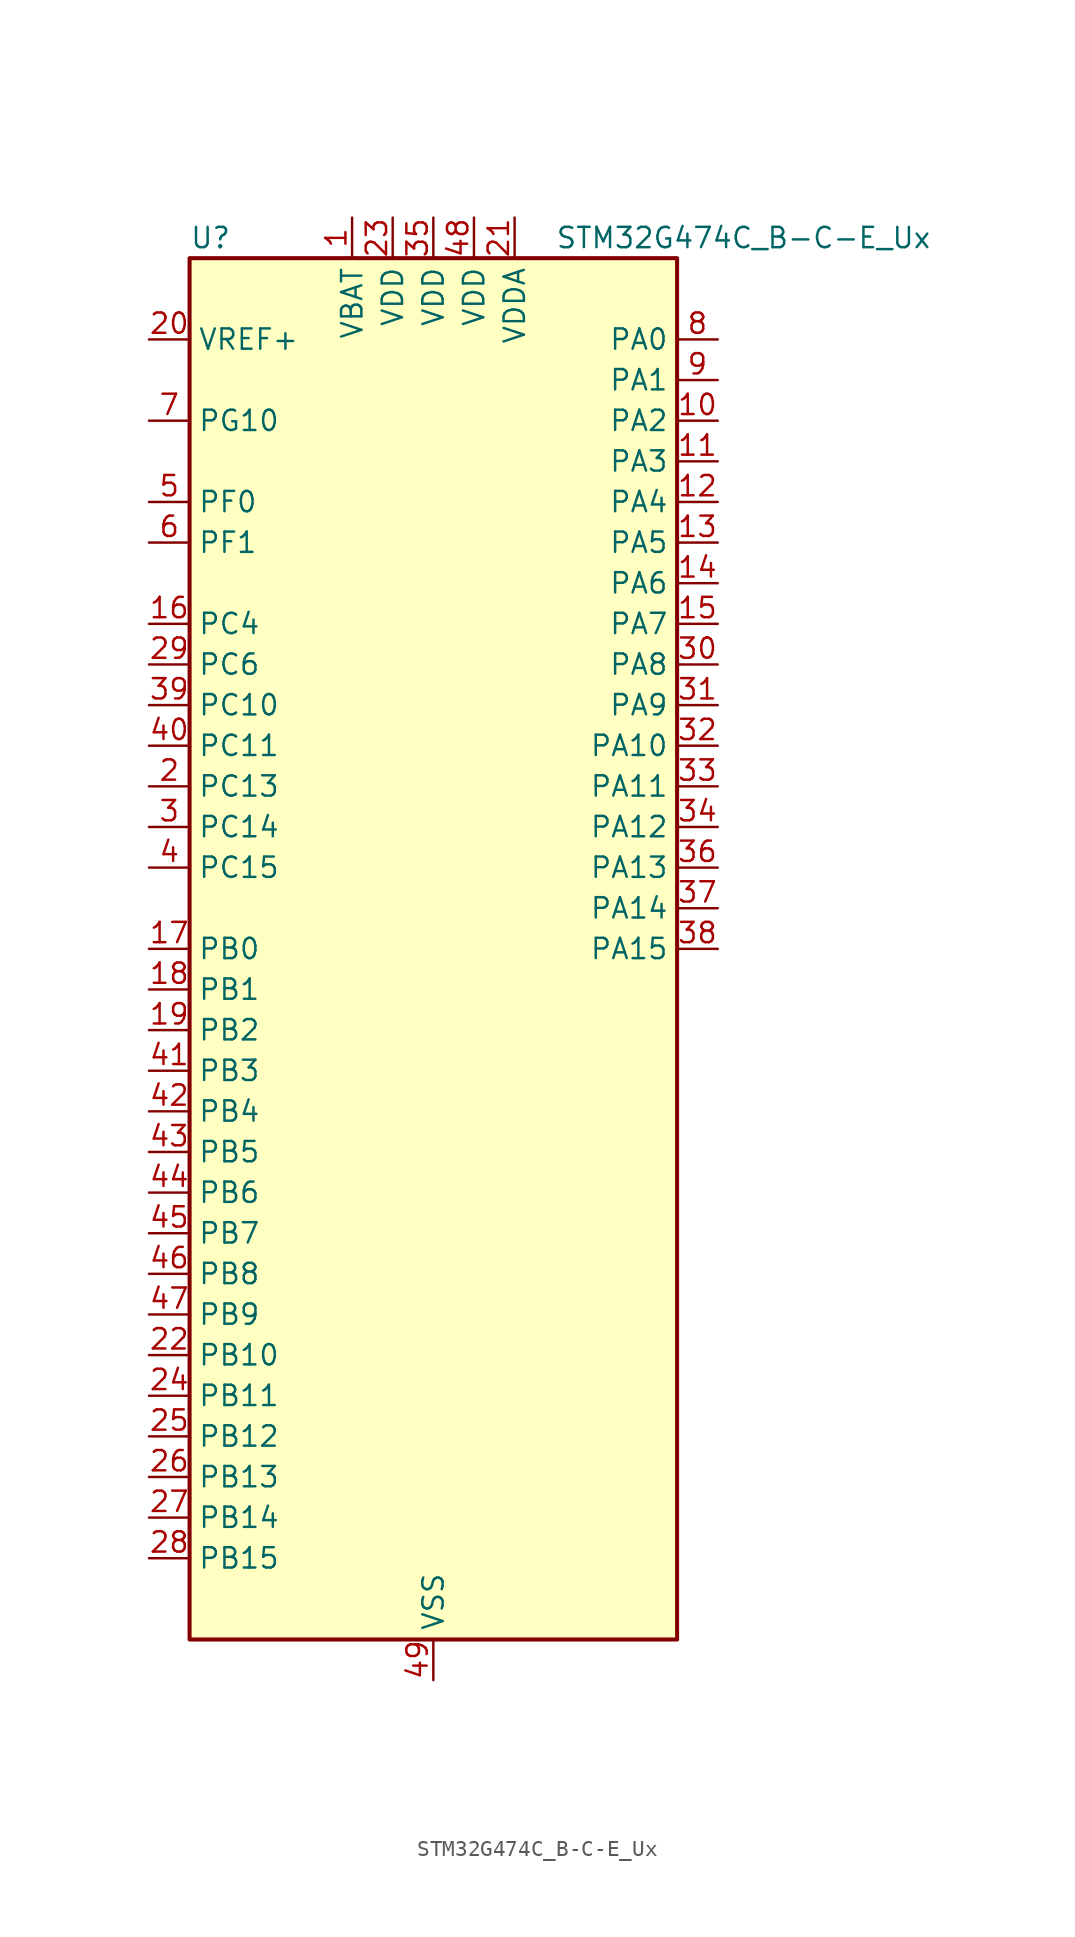
<source format=kicad_sym>
(kicad_symbol_lib
  (version 20241209)
  (generator "kicad_symbol_editor")
  (generator_version "9.0")
  (symbol "STM32G474C_B-C-E_Ux"
    (property "Reference" "U"
      (at -15.24 44.45 0)
      (effects (font (size 1.27 1.27)) (justify left)))
    (property "Value" "STM32G474C_B-C-E_Ux"
      (at 7.62 44.45 0)
      (effects (font (size 1.27 1.27)) (justify left)))
    (symbol "STM32G474C_B-C-E_Ux_0_1"
      (rectangle (start -15.24 -43.18) (end 15.24 43.18) (stroke (width 0.254) (type default)) (fill (type background))))
    (symbol "STM32G474C_B-C-E_Ux_1_1"
      (pin input line (at -17.78 38.1 0) (length 2.54) (name "VREF+" (effects (font (size 1.27 1.27)))) (number "20" (effects (font (size 1.27 1.27)))) (alternate "VREFBUF_OUT" bidirectional line))
      (pin bidirectional line (at -17.78 33.02 0) (length 2.54) (name "PG10" (effects (font (size 1.27 1.27)))) (number "7" (effects (font (size 1.27 1.27)))) (alternate "DAC1_EXTI10" bidirectional line) (alternate "DAC2_EXTI10" bidirectional line) (alternate "DAC3_EXTI10" bidirectional line) (alternate "DAC4_EXTI10" bidirectional line) (alternate "RCC_MCO" bidirectional line))
      (pin bidirectional line (at -17.78 27.94 0) (length 2.54) (name "PF0" (effects (font (size 1.27 1.27)))) (number "5" (effects (font (size 1.27 1.27)))) (alternate "ADC1_IN10" bidirectional line) (alternate "I2C2_SDA" bidirectional line) (alternate "I2S2_WS" bidirectional line) (alternate "RCC_OSC_IN" bidirectional line) (alternate "SPI2_NSS" bidirectional line) (alternate "TIM1_CH3N" bidirectional line))
      (pin bidirectional line (at -17.78 25.4 0) (length 2.54) (name "PF1" (effects (font (size 1.27 1.27)))) (number "6" (effects (font (size 1.27 1.27)))) (alternate "ADC2_IN10" bidirectional line) (alternate "COMP3_INM" bidirectional line) (alternate "I2S2_CK" bidirectional line) (alternate "RCC_OSC_OUT" bidirectional line) (alternate "SPI2_SCK" bidirectional line))
      (pin bidirectional line (at -17.78 20.32 0) (length 2.54) (name "PC4" (effects (font (size 1.27 1.27)))) (number "16" (effects (font (size 1.27 1.27)))) (alternate "ADC2_IN5" bidirectional line) (alternate "I2C2_SCL" bidirectional line) (alternate "QUADSPI1_BK2_IO3" bidirectional line) (alternate "TIM1_ETR" bidirectional line) (alternate "USART1_TX" bidirectional line))
      (pin bidirectional line (at -17.78 17.78 0) (length 2.54) (name "PC6" (effects (font (size 1.27 1.27)))) (number "29" (effects (font (size 1.27 1.27)))) (alternate "COMP6_OUT" bidirectional line) (alternate "HRTIM1_CHF1" bidirectional line) (alternate "HRTIM1_EEV10" bidirectional line) (alternate "I2C4_SCL" bidirectional line) (alternate "I2S2_MCK" bidirectional line) (alternate "TIM3_CH1" bidirectional line) (alternate "TIM8_CH1" bidirectional line))
      (pin bidirectional line (at -17.78 15.24 0) (length 2.54) (name "PC10" (effects (font (size 1.27 1.27)))) (number "39" (effects (font (size 1.27 1.27)))) (alternate "DAC1_EXTI10" bidirectional line) (alternate "DAC2_EXTI10" bidirectional line) (alternate "DAC3_EXTI10" bidirectional line) (alternate "DAC4_EXTI10" bidirectional line) (alternate "HRTIM1_FLT6" bidirectional line) (alternate "I2S3_CK" bidirectional line) (alternate "SPI3_SCK" bidirectional line) (alternate "TIM8_CH1N" bidirectional line) (alternate "UART4_TX" bidirectional line) (alternate "USART3_TX" bidirectional line))
      (pin bidirectional line (at -17.78 12.7 0) (length 2.54) (name "PC11" (effects (font (size 1.27 1.27)))) (number "40" (effects (font (size 1.27 1.27)))) (alternate "ADC1_EXTI11" bidirectional line) (alternate "ADC2_EXTI11" bidirectional line) (alternate "HRTIM1_EEV2" bidirectional line) (alternate "I2C3_SDA" bidirectional line) (alternate "SPI3_MISO" bidirectional line) (alternate "TIM8_CH2N" bidirectional line) (alternate "UART4_RX" bidirectional line) (alternate "USART3_RX" bidirectional line))
      (pin bidirectional line (at -17.78 10.16 0) (length 2.54) (name "PC13" (effects (font (size 1.27 1.27)))) (number "2" (effects (font (size 1.27 1.27)))) (alternate "RTC_OUT1" bidirectional line) (alternate "RTC_TAMP1" bidirectional line) (alternate "RTC_TS" bidirectional line) (alternate "SYS_WKUP2" bidirectional line) (alternate "TIM1_BKIN" bidirectional line) (alternate "TIM1_CH1N" bidirectional line) (alternate "TIM8_CH4N" bidirectional line))
      (pin bidirectional line (at -17.78 7.62 0) (length 2.54) (name "PC14" (effects (font (size 1.27 1.27)))) (number "3" (effects (font (size 1.27 1.27)))) (alternate "RCC_OSC32_IN" bidirectional line))
      (pin bidirectional line (at -17.78 5.08 0) (length 2.54) (name "PC15" (effects (font (size 1.27 1.27)))) (number "4" (effects (font (size 1.27 1.27)))) (alternate "ADC1_EXTI15" bidirectional line) (alternate "ADC2_EXTI15" bidirectional line) (alternate "RCC_OSC32_OUT" bidirectional line))
      (pin bidirectional line (at -17.78 0 0) (length 2.54) (name "PB0" (effects (font (size 1.27 1.27)))) (number "17" (effects (font (size 1.27 1.27)))) (alternate "ADC1_IN15" bidirectional line) (alternate "ADC3_IN12" bidirectional line) (alternate "COMP4_INP" bidirectional line) (alternate "HRTIM1_FLT5" bidirectional line) (alternate "OPAMP2_VINP" bidirectional line) (alternate "OPAMP2_VINP_SEC" bidirectional line) (alternate "OPAMP3_VINP" bidirectional line) (alternate "OPAMP3_VINP_SEC" bidirectional line) (alternate "QUADSPI1_BK1_IO1" bidirectional line) (alternate "TIM1_CH2N" bidirectional line) (alternate "TIM3_CH3" bidirectional line) (alternate "TIM8_CH2N" bidirectional line) (alternate "UCPD1_FRSTX1" bidirectional line) (alternate "UCPD1_FRSTX2" bidirectional line))
      (pin bidirectional line (at -17.78 -2.54 0) (length 2.54) (name "PB1" (effects (font (size 1.27 1.27)))) (number "18" (effects (font (size 1.27 1.27)))) (alternate "ADC1_IN12" bidirectional line) (alternate "ADC3_IN1" bidirectional line) (alternate "COMP1_INP" bidirectional line) (alternate "COMP4_OUT" bidirectional line) (alternate "HRTIM1_SCOUT" bidirectional line) (alternate "LPUART1_DE" bidirectional line) (alternate "LPUART1_RTS" bidirectional line) (alternate "OPAMP3_VOUT" bidirectional line) (alternate "OPAMP6_VINM" bidirectional line) (alternate "OPAMP6_VINM1" bidirectional line) (alternate "OPAMP6_VINM_SEC" bidirectional line) (alternate "QUADSPI1_BK1_IO0" bidirectional line) (alternate "TIM1_CH3N" bidirectional line) (alternate "TIM3_CH4" bidirectional line) (alternate "TIM8_CH3N" bidirectional line))
      (pin bidirectional line (at -17.78 -5.08 0) (length 2.54) (name "PB2" (effects (font (size 1.27 1.27)))) (number "19" (effects (font (size 1.27 1.27)))) (alternate "ADC2_IN12" bidirectional line) (alternate "ADC3_EXTI2" bidirectional line) (alternate "ADC4_EXTI2" bidirectional line) (alternate "ADC5_EXTI2" bidirectional line) (alternate "COMP4_INM" bidirectional line) (alternate "HRTIM1_SCIN" bidirectional line) (alternate "I2C3_SMBA" bidirectional line) (alternate "LPTIM1_OUT" bidirectional line) (alternate "OPAMP3_VINM" bidirectional line) (alternate "OPAMP3_VINM0" bidirectional line) (alternate "OPAMP3_VINM_SEC" bidirectional line) (alternate "QUADSPI1_BK2_IO1" bidirectional line) (alternate "RTC_OUT2" bidirectional line) (alternate "TIM20_CH1" bidirectional line) (alternate "TIM5_CH1" bidirectional line))
      (pin bidirectional line (at -17.78 -7.62 0) (length 2.54) (name "PB3" (effects (font (size 1.27 1.27)))) (number "41" (effects (font (size 1.27 1.27)))) (alternate "ADC3_EXTI3" bidirectional line) (alternate "ADC4_EXTI3" bidirectional line) (alternate "ADC5_EXTI3" bidirectional line) (alternate "CRS_SYNC" bidirectional line) (alternate "FDCAN3_RX" bidirectional line) (alternate "HRTIM1_EEV9" bidirectional line) (alternate "HRTIM1_SCOUT" bidirectional line) (alternate "I2S3_CK" bidirectional line) (alternate "SAI1_SCK_B" bidirectional line) (alternate "SPI1_SCK" bidirectional line) (alternate "SPI3_SCK" bidirectional line) (alternate "SYS_JTDO-SWO" bidirectional line) (alternate "TIM2_CH2" bidirectional line) (alternate "TIM3_ETR" bidirectional line) (alternate "TIM4_ETR" bidirectional line) (alternate "TIM8_CH1N" bidirectional line) (alternate "USART2_TX" bidirectional line))
      (pin bidirectional line (at -17.78 -10.16 0) (length 2.54) (name "PB4" (effects (font (size 1.27 1.27)))) (number "42" (effects (font (size 1.27 1.27)))) (alternate "FDCAN3_TX" bidirectional line) (alternate "HRTIM1_EEV7" bidirectional line) (alternate "SAI1_MCLK_B" bidirectional line) (alternate "SPI1_MISO" bidirectional line) (alternate "SPI3_MISO" bidirectional line) (alternate "SYS_JTRST" bidirectional line) (alternate "TIM16_CH1" bidirectional line) (alternate "TIM17_BKIN" bidirectional line) (alternate "TIM3_CH1" bidirectional line) (alternate "TIM8_CH2N" bidirectional line) (alternate "UCPD1_CC2" bidirectional line) (alternate "USART2_RX" bidirectional line))
      (pin bidirectional line (at -17.78 -12.7 0) (length 2.54) (name "PB5" (effects (font (size 1.27 1.27)))) (number "43" (effects (font (size 1.27 1.27)))) (alternate "FDCAN2_RX" bidirectional line) (alternate "HRTIM1_EEV6" bidirectional line) (alternate "I2C1_SMBA" bidirectional line) (alternate "I2C3_SDA" bidirectional line) (alternate "I2S3_SD" bidirectional line) (alternate "LPTIM1_IN1" bidirectional line) (alternate "SAI1_SD_B" bidirectional line) (alternate "SPI1_MOSI" bidirectional line) (alternate "SPI3_MOSI" bidirectional line) (alternate "TIM16_BKIN" bidirectional line) (alternate "TIM17_CH1" bidirectional line) (alternate "TIM3_CH2" bidirectional line) (alternate "TIM8_CH3N" bidirectional line) (alternate "USART2_CK" bidirectional line))
      (pin bidirectional line (at -17.78 -15.24 0) (length 2.54) (name "PB6" (effects (font (size 1.27 1.27)))) (number "44" (effects (font (size 1.27 1.27)))) (alternate "COMP4_OUT" bidirectional line) (alternate "FDCAN2_TX" bidirectional line) (alternate "HRTIM1_EEV4" bidirectional line) (alternate "HRTIM1_SCIN" bidirectional line) (alternate "LPTIM1_ETR" bidirectional line) (alternate "SAI1_FS_B" bidirectional line) (alternate "TIM16_CH1N" bidirectional line) (alternate "TIM4_CH1" bidirectional line) (alternate "TIM8_BKIN2" bidirectional line) (alternate "TIM8_CH1" bidirectional line) (alternate "TIM8_ETR" bidirectional line) (alternate "UCPD1_CC1" bidirectional line) (alternate "USART1_TX" bidirectional line))
      (pin bidirectional line (at -17.78 -17.78 0) (length 2.54) (name "PB7" (effects (font (size 1.27 1.27)))) (number "45" (effects (font (size 1.27 1.27)))) (alternate "COMP3_OUT" bidirectional line) (alternate "HRTIM1_EEV3" bidirectional line) (alternate "I2C1_SDA" bidirectional line) (alternate "I2C4_SDA" bidirectional line) (alternate "LPTIM1_IN2" bidirectional line) (alternate "SYS_PVD_IN" bidirectional line) (alternate "TIM17_CH1N" bidirectional line) (alternate "TIM3_CH4" bidirectional line) (alternate "TIM4_CH2" bidirectional line) (alternate "TIM8_BKIN" bidirectional line) (alternate "UART4_CTS" bidirectional line) (alternate "USART1_RX" bidirectional line))
      (pin bidirectional line (at -17.78 -20.32 0) (length 2.54) (name "PB8" (effects (font (size 1.27 1.27)))) (number "46" (effects (font (size 1.27 1.27)))) (alternate "COMP1_OUT" bidirectional line) (alternate "FDCAN1_RX" bidirectional line) (alternate "HRTIM1_EEV8" bidirectional line) (alternate "I2C1_SCL" bidirectional line) (alternate "SAI1_CK1" bidirectional line) (alternate "SAI1_MCLK_A" bidirectional line) (alternate "TIM16_CH1" bidirectional line) (alternate "TIM1_BKIN" bidirectional line) (alternate "TIM4_CH3" bidirectional line) (alternate "TIM8_CH2" bidirectional line) (alternate "USART3_RX" bidirectional line))
      (pin bidirectional line (at -17.78 -22.86 0) (length 2.54) (name "PB9" (effects (font (size 1.27 1.27)))) (number "47" (effects (font (size 1.27 1.27)))) (alternate "COMP2_OUT" bidirectional line) (alternate "DAC1_EXTI9" bidirectional line) (alternate "DAC2_EXTI9" bidirectional line) (alternate "DAC3_EXTI9" bidirectional line) (alternate "DAC4_EXTI9" bidirectional line) (alternate "FDCAN1_TX" bidirectional line) (alternate "HRTIM1_EEV5" bidirectional line) (alternate "I2C1_SDA" bidirectional line) (alternate "IR_OUT" bidirectional line) (alternate "SAI1_D2" bidirectional line) (alternate "SAI1_FS_A" bidirectional line) (alternate "TIM17_CH1" bidirectional line) (alternate "TIM1_CH3N" bidirectional line) (alternate "TIM4_CH4" bidirectional line) (alternate "TIM8_CH3" bidirectional line) (alternate "USART3_TX" bidirectional line))
      (pin bidirectional line (at -17.78 -25.4 0) (length 2.54) (name "PB10" (effects (font (size 1.27 1.27)))) (number "22" (effects (font (size 1.27 1.27)))) (alternate "COMP5_INM" bidirectional line) (alternate "DAC1_EXTI10" bidirectional line) (alternate "DAC2_EXTI10" bidirectional line) (alternate "DAC3_EXTI10" bidirectional line) (alternate "DAC4_EXTI10" bidirectional line) (alternate "HRTIM1_FLT3" bidirectional line) (alternate "LPUART1_RX" bidirectional line) (alternate "OPAMP3_VINM" bidirectional line) (alternate "OPAMP3_VINM1" bidirectional line) (alternate "OPAMP3_VINM_SEC" bidirectional line) (alternate "OPAMP4_VINM" bidirectional line) (alternate "OPAMP4_VINM0" bidirectional line) (alternate "OPAMP4_VINM_SEC" bidirectional line) (alternate "QUADSPI1_CLK" bidirectional line) (alternate "SAI1_SCK_A" bidirectional line) (alternate "TIM1_BKIN" bidirectional line) (alternate "TIM2_CH3" bidirectional line) (alternate "USART3_TX" bidirectional line))
      (pin bidirectional line (at -17.78 -27.94 0) (length 2.54) (name "PB11" (effects (font (size 1.27 1.27)))) (number "24" (effects (font (size 1.27 1.27)))) (alternate "ADC1_EXTI11" bidirectional line) (alternate "ADC1_IN14" bidirectional line) (alternate "ADC2_EXTI11" bidirectional line) (alternate "ADC2_IN14" bidirectional line) (alternate "COMP6_INP" bidirectional line) (alternate "HRTIM1_FLT4" bidirectional line) (alternate "LPUART1_TX" bidirectional line) (alternate "OPAMP4_VINP" bidirectional line) (alternate "OPAMP4_VINP_SEC" bidirectional line) (alternate "OPAMP6_VOUT" bidirectional line) (alternate "QUADSPI1_BK1_NCS" bidirectional line) (alternate "TIM2_CH4" bidirectional line) (alternate "USART3_RX" bidirectional line))
      (pin bidirectional line (at -17.78 -30.48 0) (length 2.54) (name "PB12" (effects (font (size 1.27 1.27)))) (number "25" (effects (font (size 1.27 1.27)))) (alternate "ADC1_IN11" bidirectional line) (alternate "ADC4_IN3" bidirectional line) (alternate "COMP7_INM" bidirectional line) (alternate "FDCAN2_RX" bidirectional line) (alternate "HRTIM1_CHC1" bidirectional line) (alternate "I2C2_SMBA" bidirectional line) (alternate "I2S2_WS" bidirectional line) (alternate "LPUART1_DE" bidirectional line) (alternate "LPUART1_RTS" bidirectional line) (alternate "OPAMP4_VOUT" bidirectional line) (alternate "OPAMP6_VINP" bidirectional line) (alternate "OPAMP6_VINP_SEC" bidirectional line) (alternate "SPI2_NSS" bidirectional line) (alternate "TIM1_BKIN" bidirectional line) (alternate "TIM5_ETR" bidirectional line) (alternate "USART3_CK" bidirectional line))
      (pin bidirectional line (at -17.78 -33.02 0) (length 2.54) (name "PB13" (effects (font (size 1.27 1.27)))) (number "26" (effects (font (size 1.27 1.27)))) (alternate "ADC3_IN5" bidirectional line) (alternate "COMP5_INP" bidirectional line) (alternate "FDCAN2_TX" bidirectional line) (alternate "HRTIM1_CHC2" bidirectional line) (alternate "I2S2_CK" bidirectional line) (alternate "LPUART1_CTS" bidirectional line) (alternate "OPAMP3_VINP" bidirectional line) (alternate "OPAMP3_VINP_SEC" bidirectional line) (alternate "OPAMP4_VINP" bidirectional line) (alternate "OPAMP4_VINP_SEC" bidirectional line) (alternate "OPAMP6_VINP" bidirectional line) (alternate "OPAMP6_VINP_SEC" bidirectional line) (alternate "SPI2_SCK" bidirectional line) (alternate "TIM1_CH1N" bidirectional line) (alternate "USART3_CTS" bidirectional line) (alternate "USART3_NSS" bidirectional line))
      (pin bidirectional line (at -17.78 -35.56 0) (length 2.54) (name "PB14" (effects (font (size 1.27 1.27)))) (number "27" (effects (font (size 1.27 1.27)))) (alternate "ADC1_IN5" bidirectional line) (alternate "ADC4_IN4" bidirectional line) (alternate "COMP4_OUT" bidirectional line) (alternate "COMP7_INP" bidirectional line) (alternate "HRTIM1_CHD1" bidirectional line) (alternate "OPAMP2_VINP" bidirectional line) (alternate "OPAMP2_VINP_SEC" bidirectional line) (alternate "OPAMP5_VINP" bidirectional line) (alternate "OPAMP5_VINP_SEC" bidirectional line) (alternate "SPI2_MISO" bidirectional line) (alternate "TIM15_CH1" bidirectional line) (alternate "TIM1_CH2N" bidirectional line) (alternate "USART3_DE" bidirectional line) (alternate "USART3_RTS" bidirectional line))
      (pin bidirectional line (at -17.78 -38.1 0) (length 2.54) (name "PB15" (effects (font (size 1.27 1.27)))) (number "28" (effects (font (size 1.27 1.27)))) (alternate "ADC1_EXTI15" bidirectional line) (alternate "ADC2_EXTI15" bidirectional line) (alternate "ADC2_IN15" bidirectional line) (alternate "ADC4_IN5" bidirectional line) (alternate "COMP3_OUT" bidirectional line) (alternate "COMP6_INM" bidirectional line) (alternate "HRTIM1_CHD2" bidirectional line) (alternate "I2S2_SD" bidirectional line) (alternate "OPAMP5_VINM" bidirectional line) (alternate "OPAMP5_VINM0" bidirectional line) (alternate "OPAMP5_VINM_SEC" bidirectional line) (alternate "RTC_REFIN" bidirectional line) (alternate "SPI2_MOSI" bidirectional line) (alternate "TIM15_CH1N" bidirectional line) (alternate "TIM15_CH2" bidirectional line) (alternate "TIM1_CH3N" bidirectional line))
      (pin power_in line (at -5.08 45.72 270) (length 2.54) (name "VBAT" (effects (font (size 1.27 1.27)))) (number "1" (effects (font (size 1.27 1.27)))))
      (pin power_in line (at -2.54 45.72 270) (length 2.54) (name "VDD" (effects (font (size 1.27 1.27)))) (number "23" (effects (font (size 1.27 1.27)))))
      (pin power_in line (at 0 45.72 270) (length 2.54) (name "VDD" (effects (font (size 1.27 1.27)))) (number "35" (effects (font (size 1.27 1.27)))))
      (pin power_in line (at 0 -45.72 90) (length 2.54) (name "VSS" (effects (font (size 1.27 1.27)))) (number "49" (effects (font (size 1.27 1.27)))))
      (pin power_in line (at 2.54 45.72 270) (length 2.54) (name "VDD" (effects (font (size 1.27 1.27)))) (number "48" (effects (font (size 1.27 1.27)))))
      (pin power_in line (at 5.08 45.72 270) (length 2.54) (name "VDDA" (effects (font (size 1.27 1.27)))) (number "21" (effects (font (size 1.27 1.27)))))
      (pin bidirectional line (at 17.78 38.1 180) (length 2.54) (name "PA0" (effects (font (size 1.27 1.27)))) (number "8" (effects (font (size 1.27 1.27)))) (alternate "ADC1_IN1" bidirectional line) (alternate "ADC2_IN1" bidirectional line) (alternate "COMP1_INM" bidirectional line) (alternate "COMP1_OUT" bidirectional line) (alternate "COMP3_INP" bidirectional line) (alternate "RTC_TAMP2" bidirectional line) (alternate "SYS_WKUP1" bidirectional line) (alternate "TIM2_CH1" bidirectional line) (alternate "TIM2_ETR" bidirectional line) (alternate "TIM5_CH1" bidirectional line) (alternate "TIM8_BKIN" bidirectional line) (alternate "TIM8_ETR" bidirectional line) (alternate "USART2_CTS" bidirectional line) (alternate "USART2_NSS" bidirectional line))
      (pin bidirectional line (at 17.78 35.56 180) (length 2.54) (name "PA1" (effects (font (size 1.27 1.27)))) (number "9" (effects (font (size 1.27 1.27)))) (alternate "ADC1_IN2" bidirectional line) (alternate "ADC2_IN2" bidirectional line) (alternate "COMP1_INP" bidirectional line) (alternate "OPAMP1_VINP" bidirectional line) (alternate "OPAMP1_VINP_SEC" bidirectional line) (alternate "OPAMP3_VINP" bidirectional line) (alternate "OPAMP3_VINP_SEC" bidirectional line) (alternate "OPAMP6_VINM" bidirectional line) (alternate "OPAMP6_VINM0" bidirectional line) (alternate "OPAMP6_VINM_SEC" bidirectional line) (alternate "RTC_REFIN" bidirectional line) (alternate "TIM15_CH1N" bidirectional line) (alternate "TIM2_CH2" bidirectional line) (alternate "TIM5_CH2" bidirectional line) (alternate "USART2_DE" bidirectional line) (alternate "USART2_RTS" bidirectional line))
      (pin bidirectional line (at 17.78 33.02 180) (length 2.54) (name "PA2" (effects (font (size 1.27 1.27)))) (number "10" (effects (font (size 1.27 1.27)))) (alternate "ADC1_IN3" bidirectional line) (alternate "ADC3_EXTI2" bidirectional line) (alternate "ADC4_EXTI2" bidirectional line) (alternate "ADC5_EXTI2" bidirectional line) (alternate "COMP2_INM" bidirectional line) (alternate "COMP2_OUT" bidirectional line) (alternate "LPUART1_TX" bidirectional line) (alternate "OPAMP1_VOUT" bidirectional line) (alternate "QUADSPI1_BK1_NCS" bidirectional line) (alternate "RCC_LSCO" bidirectional line) (alternate "SYS_WKUP4" bidirectional line) (alternate "TIM15_CH1" bidirectional line) (alternate "TIM2_CH3" bidirectional line) (alternate "TIM5_CH3" bidirectional line) (alternate "UCPD1_FRSTX1" bidirectional line) (alternate "UCPD1_FRSTX2" bidirectional line) (alternate "USART2_TX" bidirectional line))
      (pin bidirectional line (at 17.78 30.48 180) (length 2.54) (name "PA3" (effects (font (size 1.27 1.27)))) (number "11" (effects (font (size 1.27 1.27)))) (alternate "ADC1_IN4" bidirectional line) (alternate "ADC3_EXTI3" bidirectional line) (alternate "ADC4_EXTI3" bidirectional line) (alternate "ADC5_EXTI3" bidirectional line) (alternate "COMP2_INP" bidirectional line) (alternate "LPUART1_RX" bidirectional line) (alternate "OPAMP1_VINM" bidirectional line) (alternate "OPAMP1_VINM0" bidirectional line) (alternate "OPAMP1_VINM_SEC" bidirectional line) (alternate "OPAMP1_VINP" bidirectional line) (alternate "OPAMP1_VINP_SEC" bidirectional line) (alternate "OPAMP5_VINM" bidirectional line) (alternate "OPAMP5_VINM1" bidirectional line) (alternate "OPAMP5_VINM_SEC" bidirectional line) (alternate "QUADSPI1_CLK" bidirectional line) (alternate "SAI1_CK1" bidirectional line) (alternate "SAI1_MCLK_A" bidirectional line) (alternate "TIM15_CH2" bidirectional line) (alternate "TIM2_CH4" bidirectional line) (alternate "TIM5_CH4" bidirectional line) (alternate "USART2_RX" bidirectional line))
      (pin bidirectional line (at 17.78 27.94 180) (length 2.54) (name "PA4" (effects (font (size 1.27 1.27)))) (number "12" (effects (font (size 1.27 1.27)))) (alternate "ADC2_IN17" bidirectional line) (alternate "COMP1_INM" bidirectional line) (alternate "DAC1_OUT1" bidirectional line) (alternate "I2S3_WS" bidirectional line) (alternate "SAI1_FS_B" bidirectional line) (alternate "SPI1_NSS" bidirectional line) (alternate "SPI3_NSS" bidirectional line) (alternate "TIM3_CH2" bidirectional line) (alternate "USART2_CK" bidirectional line))
      (pin bidirectional line (at 17.78 25.4 180) (length 2.54) (name "PA5" (effects (font (size 1.27 1.27)))) (number "13" (effects (font (size 1.27 1.27)))) (alternate "ADC2_IN13" bidirectional line) (alternate "COMP2_INM" bidirectional line) (alternate "DAC1_OUT2" bidirectional line) (alternate "OPAMP2_VINM" bidirectional line) (alternate "OPAMP2_VINM0" bidirectional line) (alternate "OPAMP2_VINM_SEC" bidirectional line) (alternate "SPI1_SCK" bidirectional line) (alternate "TIM2_CH1" bidirectional line) (alternate "TIM2_ETR" bidirectional line) (alternate "UCPD1_FRSTX1" bidirectional line) (alternate "UCPD1_FRSTX2" bidirectional line))
      (pin bidirectional line (at 17.78 22.86 180) (length 2.54) (name "PA6" (effects (font (size 1.27 1.27)))) (number "14" (effects (font (size 1.27 1.27)))) (alternate "ADC2_IN3" bidirectional line) (alternate "COMP1_OUT" bidirectional line) (alternate "DAC2_OUT1" bidirectional line) (alternate "LPUART1_CTS" bidirectional line) (alternate "OPAMP2_VOUT" bidirectional line) (alternate "QUADSPI1_BK1_IO3" bidirectional line) (alternate "SPI1_MISO" bidirectional line) (alternate "TIM16_CH1" bidirectional line) (alternate "TIM1_BKIN" bidirectional line) (alternate "TIM3_CH1" bidirectional line) (alternate "TIM8_BKIN" bidirectional line))
      (pin bidirectional line (at 17.78 20.32 180) (length 2.54) (name "PA7" (effects (font (size 1.27 1.27)))) (number "15" (effects (font (size 1.27 1.27)))) (alternate "ADC2_IN4" bidirectional line) (alternate "COMP2_INP" bidirectional line) (alternate "COMP2_OUT" bidirectional line) (alternate "OPAMP1_VINP" bidirectional line) (alternate "OPAMP1_VINP_SEC" bidirectional line) (alternate "OPAMP2_VINP" bidirectional line) (alternate "OPAMP2_VINP_SEC" bidirectional line) (alternate "QUADSPI1_BK1_IO2" bidirectional line) (alternate "SPI1_MOSI" bidirectional line) (alternate "TIM17_CH1" bidirectional line) (alternate "TIM1_CH1N" bidirectional line) (alternate "TIM3_CH2" bidirectional line) (alternate "TIM8_CH1N" bidirectional line) (alternate "UCPD1_FRSTX1" bidirectional line) (alternate "UCPD1_FRSTX2" bidirectional line))
      (pin bidirectional line (at 17.78 17.78 180) (length 2.54) (name "PA8" (effects (font (size 1.27 1.27)))) (number "30" (effects (font (size 1.27 1.27)))) (alternate "ADC5_IN1" bidirectional line) (alternate "COMP7_OUT" bidirectional line) (alternate "FDCAN3_RX" bidirectional line) (alternate "HRTIM1_CHA1" bidirectional line) (alternate "I2C2_SDA" bidirectional line) (alternate "I2C3_SCL" bidirectional line) (alternate "I2S2_MCK" bidirectional line) (alternate "OPAMP5_VOUT" bidirectional line) (alternate "RCC_MCO" bidirectional line) (alternate "SAI1_CK2" bidirectional line) (alternate "SAI1_SCK_A" bidirectional line) (alternate "TIM1_CH1" bidirectional line) (alternate "TIM4_ETR" bidirectional line) (alternate "USART1_CK" bidirectional line))
      (pin bidirectional line (at 17.78 15.24 180) (length 2.54) (name "PA9" (effects (font (size 1.27 1.27)))) (number "31" (effects (font (size 1.27 1.27)))) (alternate "ADC5_IN2" bidirectional line) (alternate "COMP5_OUT" bidirectional line) (alternate "DAC1_EXTI9" bidirectional line) (alternate "DAC2_EXTI9" bidirectional line) (alternate "DAC3_EXTI9" bidirectional line) (alternate "DAC4_EXTI9" bidirectional line) (alternate "HRTIM1_CHA2" bidirectional line) (alternate "I2C2_SCL" bidirectional line) (alternate "I2C3_SMBA" bidirectional line) (alternate "I2S3_MCK" bidirectional line) (alternate "SAI1_FS_A" bidirectional line) (alternate "TIM15_BKIN" bidirectional line) (alternate "TIM1_CH2" bidirectional line) (alternate "TIM2_CH3" bidirectional line) (alternate "UCPD1_DBCC1" bidirectional line) (alternate "USART1_TX" bidirectional line))
      (pin bidirectional line (at 17.78 12.7 180) (length 2.54) (name "PA10" (effects (font (size 1.27 1.27)))) (number "32" (effects (font (size 1.27 1.27)))) (alternate "COMP6_OUT" bidirectional line) (alternate "CRS_SYNC" bidirectional line) (alternate "DAC1_EXTI10" bidirectional line) (alternate "DAC2_EXTI10" bidirectional line) (alternate "DAC3_EXTI10" bidirectional line) (alternate "DAC4_EXTI10" bidirectional line) (alternate "HRTIM1_CHB1" bidirectional line) (alternate "I2C2_SMBA" bidirectional line) (alternate "SAI1_D1" bidirectional line) (alternate "SAI1_SD_A" bidirectional line) (alternate "SPI2_MISO" bidirectional line) (alternate "TIM17_BKIN" bidirectional line) (alternate "TIM1_CH3" bidirectional line) (alternate "TIM2_CH4" bidirectional line) (alternate "TIM8_BKIN" bidirectional line) (alternate "UCPD1_DBCC2" bidirectional line) (alternate "USART1_RX" bidirectional line))
      (pin bidirectional line (at 17.78 10.16 180) (length 2.54) (name "PA11" (effects (font (size 1.27 1.27)))) (number "33" (effects (font (size 1.27 1.27)))) (alternate "ADC1_EXTI11" bidirectional line) (alternate "ADC2_EXTI11" bidirectional line) (alternate "COMP1_OUT" bidirectional line) (alternate "FDCAN1_RX" bidirectional line) (alternate "HRTIM1_CHB2" bidirectional line) (alternate "I2S2_SD" bidirectional line) (alternate "SPI2_MOSI" bidirectional line) (alternate "TIM1_BKIN2" bidirectional line) (alternate "TIM1_CH1N" bidirectional line) (alternate "TIM1_CH4" bidirectional line) (alternate "TIM4_CH1" bidirectional line) (alternate "USART1_CTS" bidirectional line) (alternate "USART1_NSS" bidirectional line) (alternate "USB_DM" bidirectional line))
      (pin bidirectional line (at 17.78 7.62 180) (length 2.54) (name "PA12" (effects (font (size 1.27 1.27)))) (number "34" (effects (font (size 1.27 1.27)))) (alternate "COMP2_OUT" bidirectional line) (alternate "FDCAN1_TX" bidirectional line) (alternate "HRTIM1_FLT1" bidirectional line) (alternate "I2S_CKIN" bidirectional line) (alternate "TIM16_CH1" bidirectional line) (alternate "TIM1_CH2N" bidirectional line) (alternate "TIM1_ETR" bidirectional line) (alternate "TIM4_CH2" bidirectional line) (alternate "USART1_DE" bidirectional line) (alternate "USART1_RTS" bidirectional line) (alternate "USB_DP" bidirectional line))
      (pin bidirectional line (at 17.78 5.08 180) (length 2.54) (name "PA13" (effects (font (size 1.27 1.27)))) (number "36" (effects (font (size 1.27 1.27)))) (alternate "I2C1_SCL" bidirectional line) (alternate "I2C4_SCL" bidirectional line) (alternate "IR_OUT" bidirectional line) (alternate "SAI1_SD_B" bidirectional line) (alternate "SYS_JTMS-SWDIO" bidirectional line) (alternate "TIM16_CH1N" bidirectional line) (alternate "TIM4_CH3" bidirectional line) (alternate "USART3_CTS" bidirectional line) (alternate "USART3_NSS" bidirectional line))
      (pin bidirectional line (at 17.78 2.54 180) (length 2.54) (name "PA14" (effects (font (size 1.27 1.27)))) (number "37" (effects (font (size 1.27 1.27)))) (alternate "I2C1_SDA" bidirectional line) (alternate "I2C4_SMBA" bidirectional line) (alternate "LPTIM1_OUT" bidirectional line) (alternate "SAI1_FS_B" bidirectional line) (alternate "SYS_JTCK-SWCLK" bidirectional line) (alternate "TIM1_BKIN" bidirectional line) (alternate "TIM8_CH2" bidirectional line) (alternate "USART2_TX" bidirectional line))
      (pin bidirectional line (at 17.78 0 180) (length 2.54) (name "PA15" (effects (font (size 1.27 1.27)))) (number "38" (effects (font (size 1.27 1.27)))) (alternate "ADC1_EXTI15" bidirectional line) (alternate "ADC2_EXTI15" bidirectional line) (alternate "FDCAN3_TX" bidirectional line) (alternate "HRTIM1_FLT2" bidirectional line) (alternate "I2C1_SCL" bidirectional line) (alternate "I2S3_WS" bidirectional line) (alternate "SPI1_NSS" bidirectional line) (alternate "SPI3_NSS" bidirectional line) (alternate "SYS_JTDI" bidirectional line) (alternate "TIM1_BKIN" bidirectional line) (alternate "TIM2_CH1" bidirectional line) (alternate "TIM2_ETR" bidirectional line) (alternate "TIM8_CH1" bidirectional line) (alternate "UART4_DE" bidirectional line) (alternate "UART4_RTS" bidirectional line) (alternate "USART2_RX" bidirectional line)))))
</source>
